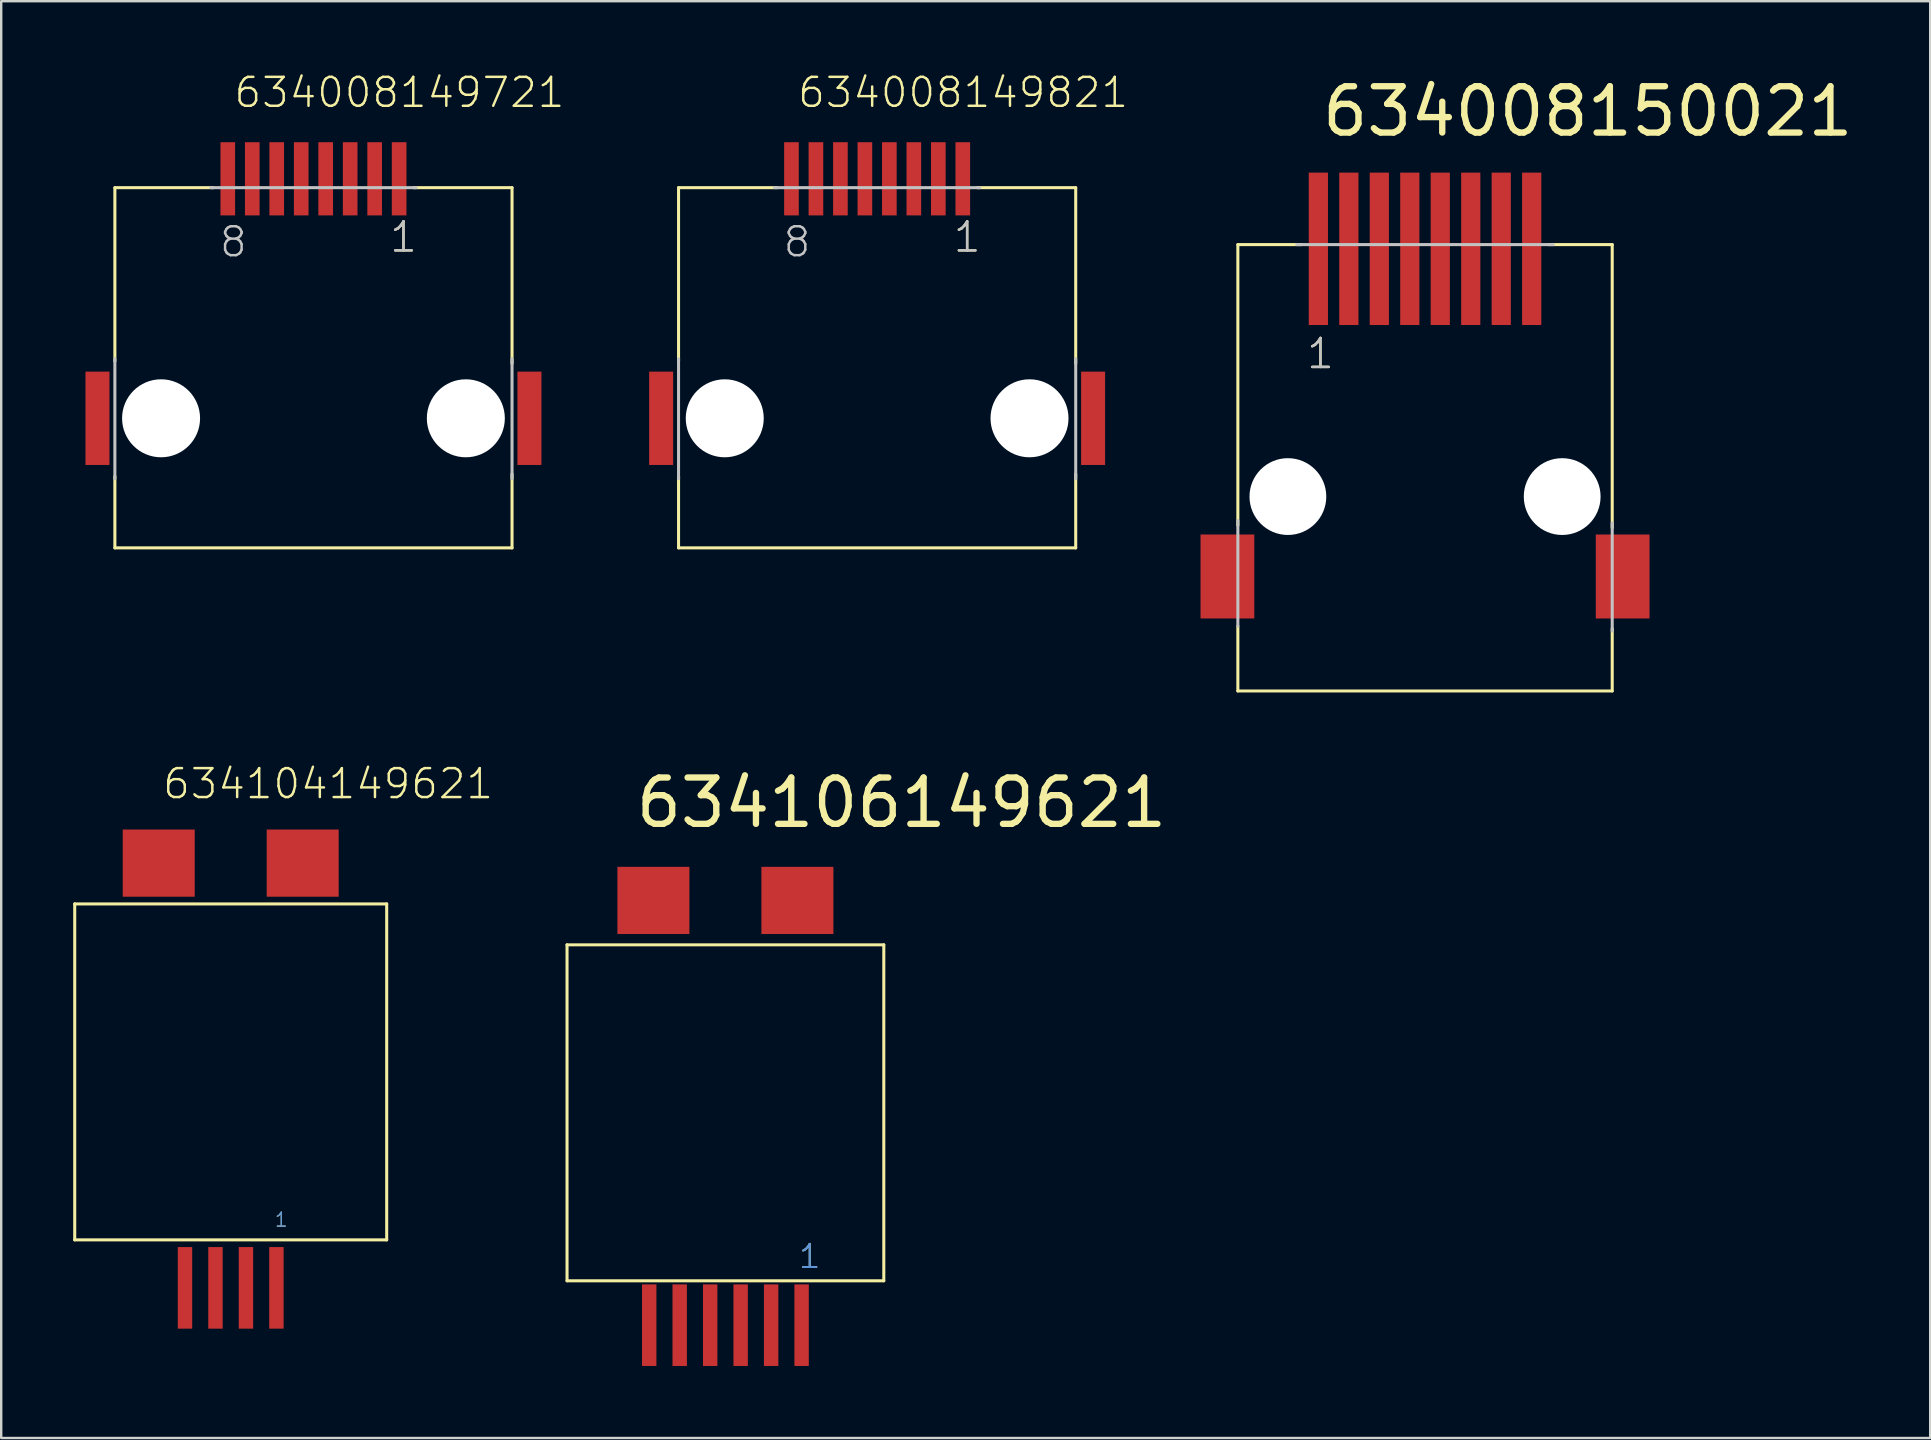
<source format=kicad_pcb>
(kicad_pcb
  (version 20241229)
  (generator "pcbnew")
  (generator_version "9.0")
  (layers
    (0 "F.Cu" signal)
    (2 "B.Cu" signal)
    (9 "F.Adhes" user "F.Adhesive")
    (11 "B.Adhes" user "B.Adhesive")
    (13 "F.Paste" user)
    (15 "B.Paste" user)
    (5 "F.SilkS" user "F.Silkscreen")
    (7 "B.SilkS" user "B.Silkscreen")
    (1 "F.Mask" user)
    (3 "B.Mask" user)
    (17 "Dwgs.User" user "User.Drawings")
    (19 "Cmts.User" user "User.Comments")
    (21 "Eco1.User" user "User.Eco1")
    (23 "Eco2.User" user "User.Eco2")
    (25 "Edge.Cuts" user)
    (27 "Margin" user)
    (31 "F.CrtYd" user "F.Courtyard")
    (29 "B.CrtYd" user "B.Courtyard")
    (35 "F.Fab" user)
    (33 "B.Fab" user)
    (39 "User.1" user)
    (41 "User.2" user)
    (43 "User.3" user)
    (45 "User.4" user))
  (footprint "634106149621"
    (layer "F.Cu")
    (at 27.179 34.472)
    (property "Reference" "634106149621" (at -3.864 -2.942 0) (layer "F.SilkS") (effects (font (size 1.93 1.93) (thickness 0.264)) (justify left bottom)))
    (attr through_hole)
    (fp_line (start -6.6 1.85) (end 6.6 1.85) (stroke (width 0.127) (type solid)) (layer "F.SilkS"))
    (fp_line (start -6.6 15.85) (end -6.6 1.85) (stroke (width 0.127) (type solid)) (layer "F.SilkS"))
    (fp_line (start -6.6 15.85) (end 6.6 15.85) (stroke (width 0.127) (type solid)) (layer "F.SilkS"))
    (fp_line (start 6.6 15.85) (end 6.6 1.85) (stroke (width 0.127) (type solid)) (layer "F.SilkS"))
    (fp_text user "1" (at 3 15.4 0) (layer "F.SilkS") (effects (font (size 0.965 0.965) (thickness 0.081)) (justify left bottom)))
    (fp_text user "1" (at 3 15.4 0) (layer "Cmts.User") (effects (font (size 0.965 0.965) (thickness 0.081)) (justify left bottom)))
    (pad "1" smd rect (at 3.175 17.7 90) (size 3.4 0.6) (layers "F.Cu" "F.Mask" "F.Paste"))
    (pad "2" smd rect (at 1.905 17.7 90) (size 3.4 0.6) (layers "F.Cu" "F.Mask" "F.Paste"))
    (pad "3" smd rect (at 0.635 17.7 90) (size 3.4 0.6) (layers "F.Cu" "F.Mask" "F.Paste"))
    (pad "4" smd rect (at -0.635 17.7 90) (size 3.4 0.6) (layers "F.Cu" "F.Mask" "F.Paste"))
    (pad "5" smd rect (at -1.905 17.7 90) (size 3.4 0.6) (layers "F.Cu" "F.Mask" "F.Paste"))
    (pad "6" smd rect (at -3.175 17.7 90) (size 3.4 0.6) (layers "F.Cu" "F.Mask" "F.Paste"))
    (pad "SHEL" smd rect (at -3 0) (size 3 2.8) (layers "F.Cu" "F.Mask" "F.Paste"))
    (pad "SHEL" smd rect (at 3 0) (size 3 2.8) (layers "F.Cu" "F.Mask" "F.Paste")))
  (footprint "634008149721"
    (layer "F.Cu")
    (at 10.012 4.401)
    (property "Reference" "634008149721" (at -3.375 -2.89 0) (layer "F.SilkS") (effects (font (size 1.206 1.206) (thickness 0.102)) (justify left bottom)))
    (attr through_hole)
    (fp_poly (pts (xy -10.012 7.933) (xy -7.309 7.933) (xy -7.309 8.261) (xy -7.393 8.31) (xy -7.485 8.371) (xy -7.608 8.466) (xy -7.735 8.578) (xy -7.879 8.737) (xy -8.001 8.902) (xy -8.106 9.078) (xy -8.209 9.317) (xy -8.279 9.547) (xy -8.314 9.74) (xy -8.329 9.993) (xy -8.319 10.171) (xy -8.281 10.405) (xy -8.232 10.586) (xy -8.166 10.752) (xy -8.102 10.883) (xy -8.004 11.049) (xy -7.898 11.199) (xy -7.763 11.348) (xy -7.574 11.52) (xy -7.41 11.638) (xy -7.306 11.697) (xy -7.306 12.027) (xy -10.012 12.027)) (stroke (width 0) (type solid)) (fill yes) (layer "F.Mask"))
    (fp_poly (pts (xy 10.022 12.037) (xy 7.319 12.037) (xy 7.319 11.709) (xy 7.403 11.66) (xy 7.495 11.599) (xy 7.618 11.504) (xy 7.745 11.392) (xy 7.889 11.233) (xy 8.011 11.068) (xy 8.116 10.892) (xy 8.219 10.653) (xy 8.289 10.423) (xy 8.324 10.23) (xy 8.339 9.977) (xy 8.329 9.799) (xy 8.291 9.565) (xy 8.242 9.384) (xy 8.176 9.218) (xy 8.112 9.087) (xy 8.014 8.921) (xy 7.908 8.771) (xy 7.773 8.622) (xy 7.584 8.45) (xy 7.42 8.332) (xy 7.316 8.273) (xy 7.316 7.943) (xy 10.022 7.943)) (stroke (width 0) (type solid)) (fill yes) (layer "F.Mask"))
    (fp_line (start -8.275 0.37) (end -8.275 7.6) (stroke (width 0.127) (type solid)) (layer "F.SilkS"))
    (fp_line (start -8.275 0.37) (end -4.175 0.37) (stroke (width 0.127) (type solid)) (layer "F.SilkS"))
    (fp_line (start -8.275 12.4) (end -8.275 15.38) (stroke (width 0.127) (type solid)) (layer "F.SilkS"))
    (fp_line (start 4.175 0.37) (end 8.275 0.37) (stroke (width 0.127) (type solid)) (layer "F.SilkS"))
    (fp_line (start 8.275 0.37) (end 8.275 7.7) (stroke (width 0.127) (type solid)) (layer "F.SilkS"))
    (fp_line (start 8.275 12.3) (end 8.275 15.38) (stroke (width 0.127) (type solid)) (layer "F.SilkS"))
    (fp_line (start 8.275 15.38) (end -8.275 15.38) (stroke (width 0.127) (type solid)) (layer "F.SilkS"))
    (fp_poly (pts (xy -9.911 8.035) (xy -7.41 8.035) (xy -7.41 8.193) (xy -7.476 8.236) (xy -7.561 8.29) (xy -7.648 8.359) (xy -7.725 8.426) (xy -7.807 8.501) (xy -7.869 8.565) (xy -7.92 8.62) (xy -7.969 8.681) (xy -8.03 8.757) (xy -8.082 8.83) (xy -8.139 8.922) (xy -8.196 9.024) (xy -8.25 9.135) (xy -8.293 9.242) (xy -8.335 9.363) (xy -8.365 9.479) (xy -8.39 9.584) (xy -8.412 9.733) (xy -8.421 9.827) (xy -8.428 9.993) (xy -8.42 10.157) (xy -8.403 10.3) (xy -8.377 10.429) (xy -8.346 10.553) (xy -8.316 10.65) (xy -8.247 10.825) (xy -8.17 10.98) (xy -8.107 11.089) (xy -7.996 11.246) (xy -7.908 11.356) (xy -7.755 11.512) (xy -7.553 11.675) (xy -7.408 11.766) (xy -7.408 11.927) (xy -9.911 11.927)) (stroke (width 0) (type solid)) (fill yes) (layer "F.Paste"))
    (fp_poly (pts (xy 9.921 11.935) (xy 7.42 11.935) (xy 7.42 11.777) (xy 7.486 11.734) (xy 7.571 11.68) (xy 7.658 11.611) (xy 7.735 11.544) (xy 7.817 11.469) (xy 7.879 11.405) (xy 7.93 11.35) (xy 7.979 11.289) (xy 8.04 11.213) (xy 8.092 11.14) (xy 8.149 11.048) (xy 8.206 10.946) (xy 8.26 10.835) (xy 8.303 10.728) (xy 8.345 10.607) (xy 8.375 10.491) (xy 8.4 10.386) (xy 8.422 10.237) (xy 8.431 10.143) (xy 8.438 9.977) (xy 8.43 9.813) (xy 8.413 9.67) (xy 8.387 9.541) (xy 8.356 9.417) (xy 8.326 9.32) (xy 8.257 9.145) (xy 8.18 8.99) (xy 8.117 8.881) (xy 8.006 8.724) (xy 7.918 8.614) (xy 7.765 8.458) (xy 7.563 8.295) (xy 7.418 8.204) (xy 7.418 8.043) (xy 9.921 8.043)) (stroke (width 0) (type solid)) (fill yes) (layer "F.Paste"))
    (fp_line (start -8.275 7.5) (end -8.275 12.5) (stroke (width 0.127) (type solid)) (layer "Dwgs.User"))
    (fp_line (start -4.275 0.37) (end 4.275 0.37) (stroke (width 0.127) (type solid)) (layer "Dwgs.User"))
    (fp_line (start 8.275 7.5) (end 8.275 12.5) (stroke (width 0.127) (type solid)) (layer "Dwgs.User"))
    (fp_text user "1" (at 3.11 3.135 0) (layer "F.SilkS") (effects (font (size 1.206 1.206) (thickness 0.102)) (justify left bottom)))
    (fp_text user "8" (at -3.98 3.335 0) (layer "Dwgs.User") (effects (font (size 1.206 1.206) (thickness 0.102)) (justify left bottom)))
    (fp_text user "1" (at 3.11 3.135 0) (layer "Dwgs.User") (effects (font (size 1.206 1.206) (thickness 0.102)) (justify left bottom)))
    (pad "" np_thru_hole circle (at -6.35 9.98) (size 3.25 3.25) (drill 3.25) (layers "*.Cu"))
    (pad "" np_thru_hole circle (at 6.35 9.98) (size 3.25 3.25) (drill 3.25) (layers "*.Cu"))
    (pad "1" smd rect (at 3.57 0 180) (size 0.61 3.05) (layers "F.Cu" "F.Mask" "F.Paste"))
    (pad "2" smd rect (at 2.55 0 180) (size 0.61 3.05) (layers "F.Cu" "F.Mask" "F.Paste"))
    (pad "3" smd rect (at 1.53 0 180) (size 0.61 3.05) (layers "F.Cu" "F.Mask" "F.Paste"))
    (pad "4" smd rect (at 0.51 0 180) (size 0.61 3.05) (layers "F.Cu" "F.Mask" "F.Paste"))
    (pad "5" smd rect (at -0.51 0 180) (size 0.61 3.05) (layers "F.Cu" "F.Mask" "F.Paste"))
    (pad "6" smd rect (at -1.53 0 180) (size 0.61 3.05) (layers "F.Cu" "F.Mask" "F.Paste"))
    (pad "7" smd rect (at -2.55 0 180) (size 0.61 3.05) (layers "F.Cu" "F.Mask" "F.Paste"))
    (pad "8" smd rect (at -3.57 0 180) (size 0.61 3.05) (layers "F.Cu" "F.Mask" "F.Paste"))
    (pad "SHEL" smd rect (at -9 9.98) (size 1 3.89) (layers "F.Cu" "F.Mask" "F.Paste"))
    (pad "SHEL" smd rect (at 9 9.98) (size 1 3.89) (layers "F.Cu" "F.Mask" "F.Paste")))
  (footprint "634008150021"
    (layer "F.Cu")
    (at 56.333 17.643)
    (property "Reference" "634008150021" (at -4.419 -14.92 0) (layer "F.SilkS") (effects (font (size 1.93 1.93) (thickness 0.264)) (justify left bottom)))
    (attr through_hole)
    (fp_line (start -7.8 -10.5) (end -7.8 1.2) (stroke (width 0.127) (type solid)) (layer "F.SilkS"))
    (fp_line (start -7.8 -10.5) (end -5.145 -10.5) (stroke (width 0.127) (type solid)) (layer "F.SilkS"))
    (fp_line (start -7.8 5.4) (end -7.8 8.1) (stroke (width 0.127) (type solid)) (layer "F.SilkS"))
    (fp_line (start -7.8 8.1) (end 7.8 8.1) (stroke (width 0.127) (type solid)) (layer "F.SilkS"))
    (fp_line (start 5.145 -10.5) (end 7.8 -10.5) (stroke (width 0.127) (type solid)) (layer "F.SilkS"))
    (fp_line (start 7.8 -10.5) (end 7.8 1.3) (stroke (width 0.127) (type solid)) (layer "F.SilkS"))
    (fp_line (start 7.8 5.5) (end 7.8 8.1) (stroke (width 0.127) (type solid)) (layer "F.SilkS"))
    (fp_line (start -7.8 1) (end -7.8 5.4) (stroke (width 0.127) (type solid)) (layer "Dwgs.User"))
    (fp_line (start -5.345 -10.5) (end 5.345 -10.5) (stroke (width 0.127) (type solid)) (layer "Dwgs.User"))
    (fp_line (start 7.8 1.1) (end 7.8 5.6) (stroke (width 0.127) (type solid)) (layer "Dwgs.User"))
    (fp_text user "1" (at -5 -5.25 0) (layer "F.SilkS") (effects (font (size 1.206 1.206) (thickness 0.102)) (justify left bottom)))
    (fp_text user "1" (at -5 -5.25 0) (layer "Dwgs.User") (effects (font (size 1.206 1.206) (thickness 0.102)) (justify left bottom)))
    (pad "" np_thru_hole circle (at -5.715 0) (size 3.2 3.2) (drill 3.2) (layers "*.Cu"))
    (pad "" np_thru_hole circle (at 5.715 0) (size 3.2 3.2) (drill 3.2) (layers "*.Cu"))
    (pad "1" smd rect (at -4.445 -10.325) (size 0.8 6.35) (layers "F.Cu" "F.Mask" "F.Paste"))
    (pad "2" smd rect (at -3.175 -10.325) (size 0.8 6.35) (layers "F.Cu" "F.Mask" "F.Paste"))
    (pad "3" smd rect (at -1.905 -10.325) (size 0.8 6.35) (layers "F.Cu" "F.Mask" "F.Paste"))
    (pad "4" smd rect (at -0.635 -10.325) (size 0.8 6.35) (layers "F.Cu" "F.Mask" "F.Paste"))
    (pad "5" smd rect (at 0.635 -10.325) (size 0.8 6.35) (layers "F.Cu" "F.Mask" "F.Paste"))
    (pad "6" smd rect (at 1.905 -10.325) (size 0.8 6.35) (layers "F.Cu" "F.Mask" "F.Paste"))
    (pad "7" smd rect (at 3.175 -10.325) (size 0.8 6.35) (layers "F.Cu" "F.Mask" "F.Paste"))
    (pad "8" smd rect (at 4.445 -10.325) (size 0.8 6.35) (layers "F.Cu" "F.Mask" "F.Paste"))
    (pad "SHEL" smd rect (at -8.235 3.33 180) (size 2.24 3.5) (layers "F.Cu" "F.Mask" "F.Paste"))
    (pad "SHEL" smd rect (at 8.235 3.33 180) (size 2.24 3.5) (layers "F.Cu" "F.Mask" "F.Paste")))
  (footprint "634008149821"
    (layer "F.Cu")
    (at 33.501 4.401)
    (property "Reference" "634008149821" (at -3.375 -2.89 0) (layer "F.SilkS") (effects (font (size 1.206 1.206) (thickness 0.102)) (justify left bottom)))
    (attr through_hole)
    (fp_poly (pts (xy -10.012 7.933) (xy -7.309 7.933) (xy -7.309 8.261) (xy -7.393 8.31) (xy -7.485 8.371) (xy -7.608 8.466) (xy -7.735 8.578) (xy -7.879 8.737) (xy -8.001 8.902) (xy -8.106 9.078) (xy -8.209 9.317) (xy -8.279 9.547) (xy -8.314 9.74) (xy -8.329 9.993) (xy -8.319 10.171) (xy -8.281 10.405) (xy -8.232 10.586) (xy -8.166 10.752) (xy -8.102 10.883) (xy -8.004 11.049) (xy -7.898 11.199) (xy -7.763 11.348) (xy -7.574 11.52) (xy -7.41 11.638) (xy -7.306 11.697) (xy -7.306 12.027) (xy -10.012 12.027)) (stroke (width 0) (type solid)) (fill yes) (layer "F.Mask"))
    (fp_poly (pts (xy 10.022 12.037) (xy 7.319 12.037) (xy 7.319 11.709) (xy 7.403 11.66) (xy 7.495 11.599) (xy 7.618 11.504) (xy 7.745 11.392) (xy 7.889 11.233) (xy 8.011 11.068) (xy 8.116 10.892) (xy 8.219 10.653) (xy 8.289 10.423) (xy 8.324 10.23) (xy 8.339 9.977) (xy 8.329 9.799) (xy 8.291 9.565) (xy 8.242 9.384) (xy 8.176 9.218) (xy 8.112 9.087) (xy 8.014 8.921) (xy 7.908 8.771) (xy 7.773 8.622) (xy 7.584 8.45) (xy 7.42 8.332) (xy 7.316 8.273) (xy 7.316 7.943) (xy 10.022 7.943)) (stroke (width 0) (type solid)) (fill yes) (layer "F.Mask"))
    (fp_line (start -8.275 0.37) (end -8.275 7.6) (stroke (width 0.127) (type solid)) (layer "F.SilkS"))
    (fp_line (start -8.275 0.37) (end -4.175 0.37) (stroke (width 0.127) (type solid)) (layer "F.SilkS"))
    (fp_line (start -8.275 12.4) (end -8.275 15.38) (stroke (width 0.127) (type solid)) (layer "F.SilkS"))
    (fp_line (start 4.175 0.37) (end 8.275 0.37) (stroke (width 0.127) (type solid)) (layer "F.SilkS"))
    (fp_line (start 8.275 0.37) (end 8.275 7.7) (stroke (width 0.127) (type solid)) (layer "F.SilkS"))
    (fp_line (start 8.275 12.3) (end 8.275 15.38) (stroke (width 0.127) (type solid)) (layer "F.SilkS"))
    (fp_line (start 8.275 15.38) (end -8.275 15.38) (stroke (width 0.127) (type solid)) (layer "F.SilkS"))
    (fp_poly (pts (xy -9.911 8.035) (xy -7.41 8.035) (xy -7.41 8.193) (xy -7.476 8.236) (xy -7.561 8.29) (xy -7.648 8.359) (xy -7.725 8.426) (xy -7.807 8.501) (xy -7.869 8.565) (xy -7.92 8.62) (xy -7.969 8.681) (xy -8.03 8.757) (xy -8.082 8.83) (xy -8.139 8.922) (xy -8.196 9.024) (xy -8.25 9.135) (xy -8.293 9.242) (xy -8.335 9.363) (xy -8.365 9.479) (xy -8.39 9.584) (xy -8.412 9.733) (xy -8.421 9.827) (xy -8.428 9.993) (xy -8.42 10.157) (xy -8.403 10.3) (xy -8.377 10.429) (xy -8.346 10.553) (xy -8.316 10.65) (xy -8.247 10.825) (xy -8.17 10.98) (xy -8.107 11.089) (xy -7.996 11.246) (xy -7.908 11.356) (xy -7.755 11.512) (xy -7.553 11.675) (xy -7.408 11.766) (xy -7.408 11.927) (xy -9.911 11.927)) (stroke (width 0) (type solid)) (fill yes) (layer "F.Paste"))
    (fp_poly (pts (xy 9.921 11.935) (xy 7.42 11.935) (xy 7.42 11.777) (xy 7.486 11.734) (xy 7.571 11.68) (xy 7.658 11.611) (xy 7.735 11.544) (xy 7.817 11.469) (xy 7.879 11.405) (xy 7.93 11.35) (xy 7.979 11.289) (xy 8.04 11.213) (xy 8.092 11.14) (xy 8.149 11.048) (xy 8.206 10.946) (xy 8.26 10.835) (xy 8.303 10.728) (xy 8.345 10.607) (xy 8.375 10.491) (xy 8.4 10.386) (xy 8.422 10.237) (xy 8.431 10.143) (xy 8.438 9.977) (xy 8.43 9.813) (xy 8.413 9.67) (xy 8.387 9.541) (xy 8.356 9.417) (xy 8.326 9.32) (xy 8.257 9.145) (xy 8.18 8.99) (xy 8.117 8.881) (xy 8.006 8.724) (xy 7.918 8.614) (xy 7.765 8.458) (xy 7.563 8.295) (xy 7.418 8.204) (xy 7.418 8.043) (xy 9.921 8.043)) (stroke (width 0) (type solid)) (fill yes) (layer "F.Paste"))
    (fp_line (start -8.275 7.5) (end -8.275 12.5) (stroke (width 0.127) (type solid)) (layer "Dwgs.User"))
    (fp_line (start -4.275 0.37) (end 4.275 0.37) (stroke (width 0.127) (type solid)) (layer "Dwgs.User"))
    (fp_line (start 8.275 7.5) (end 8.275 12.5) (stroke (width 0.127) (type solid)) (layer "Dwgs.User"))
    (fp_text user "1" (at 3.11 3.135 0) (layer "F.SilkS") (effects (font (size 1.206 1.206) (thickness 0.102)) (justify left bottom)))
    (fp_text user "1" (at 3.11 3.135 0) (layer "Dwgs.User") (effects (font (size 1.206 1.206) (thickness 0.102)) (justify left bottom)))
    (fp_text user "8" (at -3.98 3.335 0) (layer "Dwgs.User") (effects (font (size 1.206 1.206) (thickness 0.102)) (justify left bottom)))
    (pad "" np_thru_hole circle (at -6.35 9.98) (size 3.25 3.25) (drill 3.25) (layers "*.Cu"))
    (pad "" np_thru_hole circle (at 6.35 9.98) (size 3.25 3.25) (drill 3.25) (layers "*.Cu"))
    (pad "1" smd rect (at 3.57 0 180) (size 0.61 3.05) (layers "F.Cu" "F.Mask" "F.Paste"))
    (pad "2" smd rect (at 2.55 0 180) (size 0.61 3.05) (layers "F.Cu" "F.Mask" "F.Paste"))
    (pad "3" smd rect (at 1.53 0 180) (size 0.61 3.05) (layers "F.Cu" "F.Mask" "F.Paste"))
    (pad "4" smd rect (at 0.51 0 180) (size 0.61 3.05) (layers "F.Cu" "F.Mask" "F.Paste"))
    (pad "5" smd rect (at -0.51 0 180) (size 0.61 3.05) (layers "F.Cu" "F.Mask" "F.Paste"))
    (pad "6" smd rect (at -1.53 0 180) (size 0.61 3.05) (layers "F.Cu" "F.Mask" "F.Paste"))
    (pad "7" smd rect (at -2.55 0 180) (size 0.61 3.05) (layers "F.Cu" "F.Mask" "F.Paste"))
    (pad "8" smd rect (at -3.57 0 180) (size 0.61 3.05) (layers "F.Cu" "F.Mask" "F.Paste"))
    (pad "SHEL" smd rect (at -9 9.98) (size 1 3.89) (layers "F.Cu" "F.Mask" "F.Paste"))
    (pad "SHEL" smd rect (at 9 9.98) (size 1 3.89) (layers "F.Cu" "F.Mask" "F.Paste")))
  (footprint "634104149621"
    (layer "F.Cu")
    (at 6.564 50.617)
    (property "Reference" "634104149621" (at -2.9 -20.3 0) (layer "F.SilkS") (effects (font (size 1.206 1.206) (thickness 0.102)) (justify left bottom)))
    (attr through_hole)
    (fp_line (start -6.5 -16) (end -6.5 -2) (stroke (width 0.127) (type solid)) (layer "F.SilkS"))
    (fp_line (start -6.5 -2) (end 6.5 -2) (stroke (width 0.127) (type solid)) (layer "F.SilkS"))
    (fp_line (start 6.5 -16) (end -6.5 -16) (stroke (width 0.127) (type solid)) (layer "F.SilkS"))
    (fp_line (start 6.5 -2) (end 6.5 -16) (stroke (width 0.127) (type solid)) (layer "F.SilkS"))
    (fp_text user "1" (at 1.8 -2.5 0) (layer "F.SilkS") (effects (font (size 0.579 0.579) (thickness 0.049)) (justify left bottom)))
    (fp_text user "1" (at 1.8 -2.5 0) (layer "Cmts.User") (effects (font (size 0.579 0.579) (thickness 0.049)) (justify left bottom)))
    (pad "1" smd rect (at 1.905 0 90) (size 3.4 0.6) (layers "F.Cu" "F.Mask" "F.Paste"))
    (pad "2" smd rect (at 0.635 0 90) (size 3.4 0.6) (layers "F.Cu" "F.Mask" "F.Paste"))
    (pad "3" smd rect (at -0.635 0 90) (size 3.4 0.6) (layers "F.Cu" "F.Mask" "F.Paste"))
    (pad "4" smd rect (at -1.905 0 90) (size 3.4 0.6) (layers "F.Cu" "F.Mask" "F.Paste"))
    (pad "SHEL" smd rect (at -3 -17.7) (size 3 2.8) (layers "F.Cu" "F.Mask" "F.Paste"))
    (pad "SHEL" smd rect (at 3 -17.7) (size 3 2.8) (layers "F.Cu" "F.Mask" "F.Paste")))
  (gr_rect
    (start -3 -3)
    (end 77.383 56.872)
    (stroke (width 0.1) (type default))
    (fill no)
    (layer "Edge.Cuts")))
</source>
